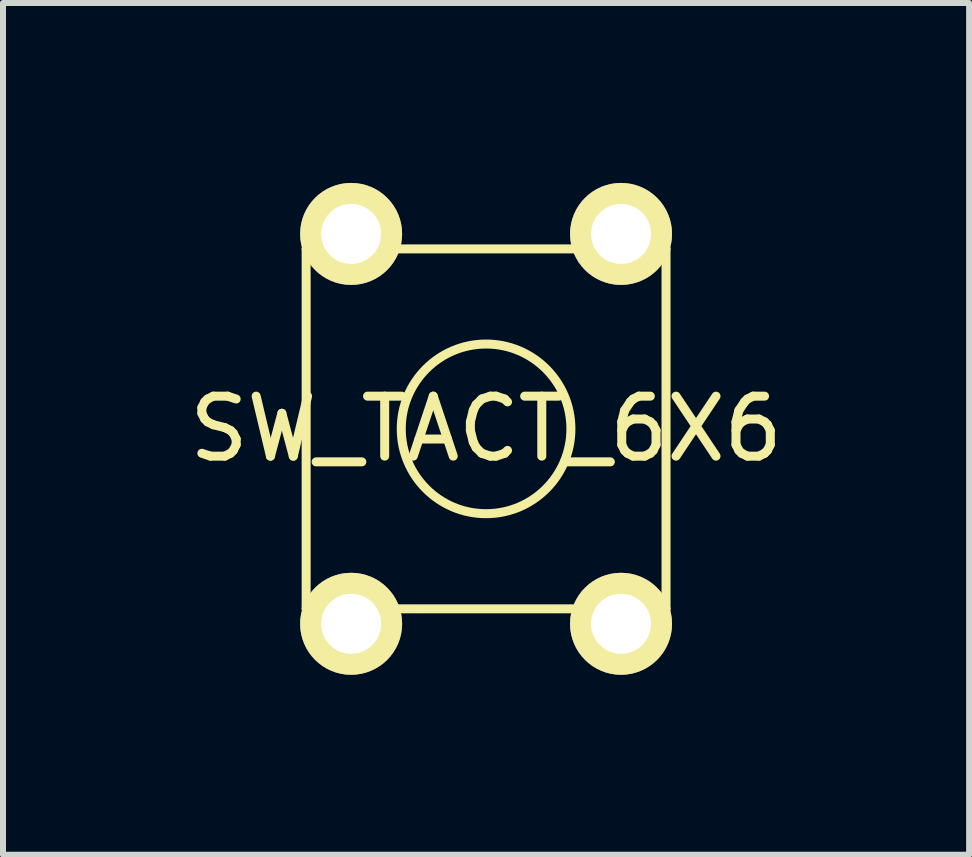
<source format=kicad_pcb>
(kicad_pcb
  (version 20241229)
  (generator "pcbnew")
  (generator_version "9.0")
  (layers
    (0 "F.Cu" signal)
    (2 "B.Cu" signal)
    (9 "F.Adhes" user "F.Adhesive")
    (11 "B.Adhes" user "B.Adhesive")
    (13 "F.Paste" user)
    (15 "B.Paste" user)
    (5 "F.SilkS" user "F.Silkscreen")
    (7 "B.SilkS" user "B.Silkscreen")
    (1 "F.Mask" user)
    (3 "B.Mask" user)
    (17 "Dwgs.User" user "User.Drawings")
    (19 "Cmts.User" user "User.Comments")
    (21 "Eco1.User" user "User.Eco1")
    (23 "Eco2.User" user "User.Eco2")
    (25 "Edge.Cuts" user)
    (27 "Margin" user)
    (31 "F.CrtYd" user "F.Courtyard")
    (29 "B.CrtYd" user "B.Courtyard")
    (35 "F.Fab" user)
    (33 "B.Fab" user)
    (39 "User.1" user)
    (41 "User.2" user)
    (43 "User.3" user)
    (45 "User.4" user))
  (footprint "SW_TACT_6X6"
    (layer "F.Cu")
    (at 5.054 4.1)
    (property "Reference" "SW_TACT_6X6" (at 0 0 0) (layer "F.SilkS") (effects (font (size 1 1) (thickness 0.15))))
    (attr through_hole)
    (fp_line (start -3 -3) (end 3 -3) (stroke (width 0.15) (type solid)) (layer "F.SilkS"))
    (fp_line (start -3 3) (end -3 -3) (stroke (width 0.15) (type solid)) (layer "F.SilkS"))
    (fp_line (start 3 -3) (end 3 3) (stroke (width 0.15) (type solid)) (layer "F.SilkS"))
    (fp_line (start 3 3) (end -3 3) (stroke (width 0.15) (type solid)) (layer "F.SilkS"))
    (fp_circle (center 0 0) (end -1 -1) (stroke (width 0.15) (type solid)) (fill no) (layer "F.SilkS"))
    (pad "1" thru_hole circle (at -2.25 -3.25) (size 1.7 1.7) (drill 1) (layers "*.Cu" "*.Mask" "F.SilkS"))
    (pad "2" thru_hole circle (at 2.25 -3.25) (size 1.7 1.7) (drill 1) (layers "*.Cu" "*.Mask" "F.SilkS"))
    (pad "3" thru_hole circle (at -2.25 3.25) (size 1.7 1.7) (drill 1) (layers "*.Cu" "*.Mask" "F.SilkS"))
    (pad "4" thru_hole circle (at 2.25 3.25) (size 1.7 1.7) (drill 1) (layers "*.Cu" "*.Mask" "F.SilkS")))
  (gr_rect
    (start -3 -3)
    (end 13.107 11.2)
    (stroke (width 0.1) (type default))
    (fill no)
    (layer "Edge.Cuts")))
</source>
